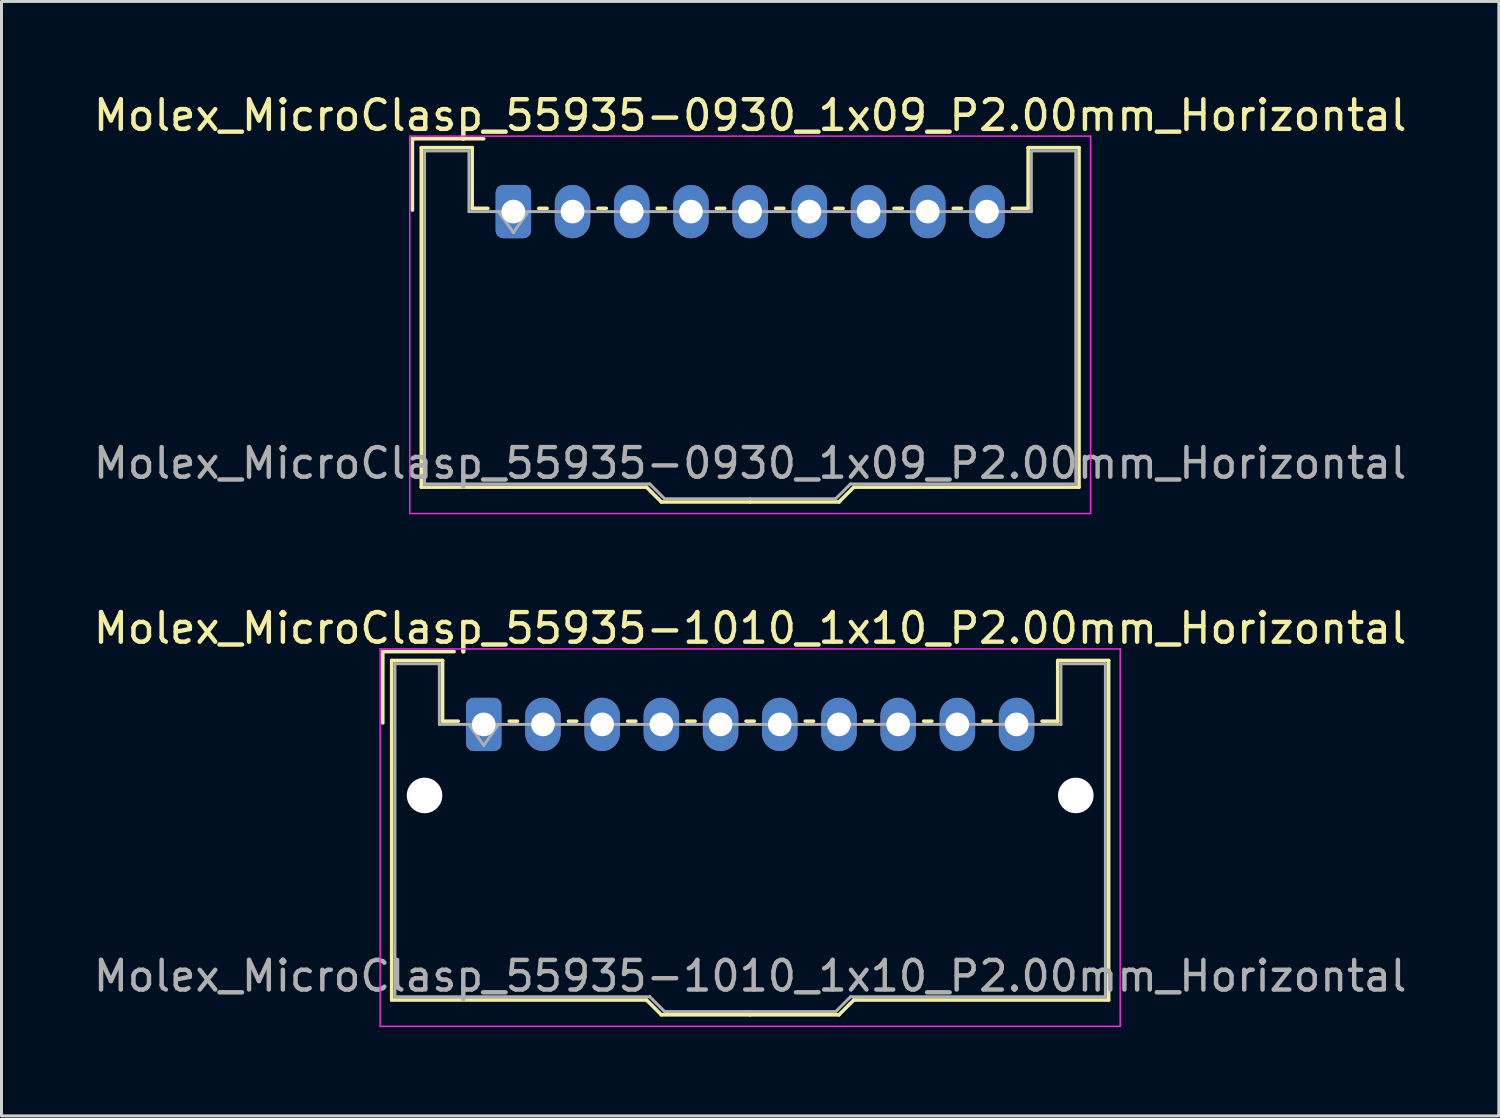
<source format=kicad_pcb>
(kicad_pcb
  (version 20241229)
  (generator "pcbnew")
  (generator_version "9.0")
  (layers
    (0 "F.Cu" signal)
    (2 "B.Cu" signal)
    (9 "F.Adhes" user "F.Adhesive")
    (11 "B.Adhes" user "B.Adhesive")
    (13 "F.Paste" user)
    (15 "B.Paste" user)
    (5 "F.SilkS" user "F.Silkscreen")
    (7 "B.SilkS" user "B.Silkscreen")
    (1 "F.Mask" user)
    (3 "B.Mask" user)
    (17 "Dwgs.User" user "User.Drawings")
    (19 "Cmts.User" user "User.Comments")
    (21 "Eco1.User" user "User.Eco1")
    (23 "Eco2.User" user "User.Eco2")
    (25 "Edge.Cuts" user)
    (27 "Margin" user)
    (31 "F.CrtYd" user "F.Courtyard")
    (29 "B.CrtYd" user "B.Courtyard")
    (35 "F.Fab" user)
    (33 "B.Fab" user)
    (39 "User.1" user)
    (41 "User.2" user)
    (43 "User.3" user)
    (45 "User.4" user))
  (footprint "Molex_MicroClasp_55935-0930_1x09_P2.00mm_Horizontal"
    (layer "F.Cu")
    (at 14.292 4.098)
    (property "Reference" "Molex_MicroClasp_55935-0930_1x09_P2.00mm_Horizontal" (at 8 -3.25 0) (layer "F.SilkS") (effects (font (size 1 1) (thickness 0.15))))
    (attr through_hole)
    (fp_line (start -3.41 -2.46) (end -1 -2.46) (stroke (width 0.12) (type solid)) (layer "F.SilkS"))
    (fp_line (start -3.41 -0.05) (end -3.41 -2.46) (stroke (width 0.12) (type solid)) (layer "F.SilkS"))
    (fp_line (start -3.11 -2.16) (end -1.39 -2.16) (stroke (width 0.12) (type solid)) (layer "F.SilkS"))
    (fp_line (start -3.11 9.31) (end -3.11 -2.16) (stroke (width 0.12) (type solid)) (layer "F.SilkS"))
    (fp_line (start -1.39 -2.16) (end -1.39 -0.11) (stroke (width 0.12) (type solid)) (layer "F.SilkS"))
    (fp_line (start -1.39 -0.11) (end -0.86 -0.11) (stroke (width 0.12) (type solid)) (layer "F.SilkS"))
    (fp_line (start 0.86 -0.11) (end 1.14 -0.11) (stroke (width 0.12) (type solid)) (layer "F.SilkS"))
    (fp_line (start 2.86 -0.11) (end 3.14 -0.11) (stroke (width 0.12) (type solid)) (layer "F.SilkS"))
    (fp_line (start 4.5 9.31) (end -3.11 9.31) (stroke (width 0.12) (type solid)) (layer "F.SilkS"))
    (fp_line (start 4.86 -0.11) (end 5.14 -0.11) (stroke (width 0.12) (type solid)) (layer "F.SilkS"))
    (fp_line (start 5 9.81) (end 4.5 9.31) (stroke (width 0.12) (type solid)) (layer "F.SilkS"))
    (fp_line (start 6.86 -0.11) (end 7.14 -0.11) (stroke (width 0.12) (type solid)) (layer "F.SilkS"))
    (fp_line (start 8 9.81) (end 5 9.81) (stroke (width 0.12) (type solid)) (layer "F.SilkS"))
    (fp_line (start 8 9.81) (end 11 9.81) (stroke (width 0.12) (type solid)) (layer "F.SilkS"))
    (fp_line (start 8.86 -0.11) (end 9.14 -0.11) (stroke (width 0.12) (type solid)) (layer "F.SilkS"))
    (fp_line (start 10.86 -0.11) (end 11.14 -0.11) (stroke (width 0.12) (type solid)) (layer "F.SilkS"))
    (fp_line (start 11 9.81) (end 11.5 9.31) (stroke (width 0.12) (type solid)) (layer "F.SilkS"))
    (fp_line (start 11.5 9.31) (end 19.11 9.31) (stroke (width 0.12) (type solid)) (layer "F.SilkS"))
    (fp_line (start 12.86 -0.11) (end 13.14 -0.11) (stroke (width 0.12) (type solid)) (layer "F.SilkS"))
    (fp_line (start 14.86 -0.11) (end 15.14 -0.11) (stroke (width 0.12) (type solid)) (layer "F.SilkS"))
    (fp_line (start 17.39 -2.16) (end 17.39 -0.11) (stroke (width 0.12) (type solid)) (layer "F.SilkS"))
    (fp_line (start 17.39 -0.11) (end 16.86 -0.11) (stroke (width 0.12) (type solid)) (layer "F.SilkS"))
    (fp_line (start 19.11 -2.16) (end 17.39 -2.16) (stroke (width 0.12) (type solid)) (layer "F.SilkS"))
    (fp_line (start 19.11 9.31) (end 19.11 -2.16) (stroke (width 0.12) (type solid)) (layer "F.SilkS"))
    (fp_line (start -3.5 -2.55) (end -3.5 10.2) (stroke (width 0.05) (type solid)) (layer "F.CrtYd"))
    (fp_line (start -3.5 10.2) (end 19.5 10.2) (stroke (width 0.05) (type solid)) (layer "F.CrtYd"))
    (fp_line (start 19.5 -2.55) (end -3.5 -2.55) (stroke (width 0.05) (type solid)) (layer "F.CrtYd"))
    (fp_line (start 19.5 10.2) (end 19.5 -2.55) (stroke (width 0.05) (type solid)) (layer "F.CrtYd"))
    (fp_line (start -3 -2.05) (end -1.5 -2.05) (stroke (width 0.1) (type solid)) (layer "F.Fab"))
    (fp_line (start -3 9.2) (end -3 -2.05) (stroke (width 0.1) (type solid)) (layer "F.Fab"))
    (fp_line (start -1.5 -2.05) (end -1.5 0) (stroke (width 0.1) (type solid)) (layer "F.Fab"))
    (fp_line (start -1.5 0) (end 8 0) (stroke (width 0.1) (type solid)) (layer "F.Fab"))
    (fp_line (start -0.5 0) (end 0 0.707) (stroke (width 0.1) (type solid)) (layer "F.Fab"))
    (fp_line (start 0 0.707) (end 0.5 0) (stroke (width 0.1) (type solid)) (layer "F.Fab"))
    (fp_line (start 4.61 9.2) (end -3 9.2) (stroke (width 0.1) (type solid)) (layer "F.Fab"))
    (fp_line (start 5.11 9.7) (end 4.61 9.2) (stroke (width 0.1) (type solid)) (layer "F.Fab"))
    (fp_line (start 8 9.7) (end 5.11 9.7) (stroke (width 0.1) (type solid)) (layer "F.Fab"))
    (fp_line (start 8 9.7) (end 10.89 9.7) (stroke (width 0.1) (type solid)) (layer "F.Fab"))
    (fp_line (start 10.89 9.7) (end 11.39 9.2) (stroke (width 0.1) (type solid)) (layer "F.Fab"))
    (fp_line (start 11.39 9.2) (end 19 9.2) (stroke (width 0.1) (type solid)) (layer "F.Fab"))
    (fp_line (start 17.5 -2.05) (end 17.5 0) (stroke (width 0.1) (type solid)) (layer "F.Fab"))
    (fp_line (start 17.5 0) (end 8 0) (stroke (width 0.1) (type solid)) (layer "F.Fab"))
    (fp_line (start 19 -2.05) (end 17.5 -2.05) (stroke (width 0.1) (type solid)) (layer "F.Fab"))
    (fp_line (start 19 9.2) (end 19 -2.05) (stroke (width 0.1) (type solid)) (layer "F.Fab"))
    (fp_text user "${REFERENCE}" (at 8 8.5 0) (layer "F.Fab") (effects (font (size 1 1) (thickness 0.15))))
    (pad "1" thru_hole roundrect (at 0 0) (size 1.2 1.8) (drill 0.8) (layers "*.Cu" "*.Mask") (roundrect_rratio 0.208))
    (pad "2" thru_hole oval (at 2 0) (size 1.2 1.8) (drill 0.8) (layers "*.Cu" "*.Mask"))
    (pad "3" thru_hole oval (at 4 0) (size 1.2 1.8) (drill 0.8) (layers "*.Cu" "*.Mask"))
    (pad "4" thru_hole oval (at 6 0) (size 1.2 1.8) (drill 0.8) (layers "*.Cu" "*.Mask"))
    (pad "5" thru_hole oval (at 8 0) (size 1.2 1.8) (drill 0.8) (layers "*.Cu" "*.Mask"))
    (pad "6" thru_hole oval (at 10 0) (size 1.2 1.8) (drill 0.8) (layers "*.Cu" "*.Mask"))
    (pad "7" thru_hole oval (at 12 0) (size 1.2 1.8) (drill 0.8) (layers "*.Cu" "*.Mask"))
    (pad "8" thru_hole oval (at 14 0) (size 1.2 1.8) (drill 0.8) (layers "*.Cu" "*.Mask"))
    (pad "9" thru_hole oval (at 16 0) (size 1.2 1.8) (drill 0.8) (layers "*.Cu" "*.Mask")))
  (footprint "Molex_MicroClasp_55935-1010_1x10_P2.00mm_Horizontal"
    (layer "F.Cu")
    (at 13.292 21.422)
    (property "Reference" "Molex_MicroClasp_55935-1010_1x10_P2.00mm_Horizontal" (at 9 -3.25 0) (layer "F.SilkS") (effects (font (size 1 1) (thickness 0.15))))
    (attr through_hole)
    (fp_line (start -3.41 -2.46) (end -1 -2.46) (stroke (width 0.12) (type solid)) (layer "F.SilkS"))
    (fp_line (start -3.41 -0.05) (end -3.41 -2.46) (stroke (width 0.12) (type solid)) (layer "F.SilkS"))
    (fp_line (start -3.11 -2.16) (end -1.39 -2.16) (stroke (width 0.12) (type solid)) (layer "F.SilkS"))
    (fp_line (start -3.11 9.31) (end -3.11 -2.16) (stroke (width 0.12) (type solid)) (layer "F.SilkS"))
    (fp_line (start -1.39 -2.16) (end -1.39 -0.11) (stroke (width 0.12) (type solid)) (layer "F.SilkS"))
    (fp_line (start -1.39 -0.11) (end -0.86 -0.11) (stroke (width 0.12) (type solid)) (layer "F.SilkS"))
    (fp_line (start 0.86 -0.11) (end 1.14 -0.11) (stroke (width 0.12) (type solid)) (layer "F.SilkS"))
    (fp_line (start 2.86 -0.11) (end 3.14 -0.11) (stroke (width 0.12) (type solid)) (layer "F.SilkS"))
    (fp_line (start 4.86 -0.11) (end 5.14 -0.11) (stroke (width 0.12) (type solid)) (layer "F.SilkS"))
    (fp_line (start 5.5 9.31) (end -3.11 9.31) (stroke (width 0.12) (type solid)) (layer "F.SilkS"))
    (fp_line (start 6 9.81) (end 5.5 9.31) (stroke (width 0.12) (type solid)) (layer "F.SilkS"))
    (fp_line (start 6.86 -0.11) (end 7.14 -0.11) (stroke (width 0.12) (type solid)) (layer "F.SilkS"))
    (fp_line (start 8.86 -0.11) (end 9.14 -0.11) (stroke (width 0.12) (type solid)) (layer "F.SilkS"))
    (fp_line (start 9 9.81) (end 6 9.81) (stroke (width 0.12) (type solid)) (layer "F.SilkS"))
    (fp_line (start 9 9.81) (end 12 9.81) (stroke (width 0.12) (type solid)) (layer "F.SilkS"))
    (fp_line (start 10.86 -0.11) (end 11.14 -0.11) (stroke (width 0.12) (type solid)) (layer "F.SilkS"))
    (fp_line (start 12 9.81) (end 12.5 9.31) (stroke (width 0.12) (type solid)) (layer "F.SilkS"))
    (fp_line (start 12.5 9.31) (end 21.11 9.31) (stroke (width 0.12) (type solid)) (layer "F.SilkS"))
    (fp_line (start 12.86 -0.11) (end 13.14 -0.11) (stroke (width 0.12) (type solid)) (layer "F.SilkS"))
    (fp_line (start 14.86 -0.11) (end 15.14 -0.11) (stroke (width 0.12) (type solid)) (layer "F.SilkS"))
    (fp_line (start 16.86 -0.11) (end 17.14 -0.11) (stroke (width 0.12) (type solid)) (layer "F.SilkS"))
    (fp_line (start 19.39 -2.16) (end 19.39 -0.11) (stroke (width 0.12) (type solid)) (layer "F.SilkS"))
    (fp_line (start 19.39 -0.11) (end 18.86 -0.11) (stroke (width 0.12) (type solid)) (layer "F.SilkS"))
    (fp_line (start 21.11 -2.16) (end 19.39 -2.16) (stroke (width 0.12) (type solid)) (layer "F.SilkS"))
    (fp_line (start 21.11 9.31) (end 21.11 -2.16) (stroke (width 0.12) (type solid)) (layer "F.SilkS"))
    (fp_line (start -3.5 -2.55) (end -3.5 10.2) (stroke (width 0.05) (type solid)) (layer "F.CrtYd"))
    (fp_line (start -3.5 10.2) (end 21.5 10.2) (stroke (width 0.05) (type solid)) (layer "F.CrtYd"))
    (fp_line (start 21.5 -2.55) (end -3.5 -2.55) (stroke (width 0.05) (type solid)) (layer "F.CrtYd"))
    (fp_line (start 21.5 10.2) (end 21.5 -2.55) (stroke (width 0.05) (type solid)) (layer "F.CrtYd"))
    (fp_line (start -3 -2.05) (end -1.5 -2.05) (stroke (width 0.1) (type solid)) (layer "F.Fab"))
    (fp_line (start -3 9.2) (end -3 -2.05) (stroke (width 0.1) (type solid)) (layer "F.Fab"))
    (fp_line (start -1.5 -2.05) (end -1.5 0) (stroke (width 0.1) (type solid)) (layer "F.Fab"))
    (fp_line (start -1.5 0) (end 9 0) (stroke (width 0.1) (type solid)) (layer "F.Fab"))
    (fp_line (start -0.5 0) (end 0 0.707) (stroke (width 0.1) (type solid)) (layer "F.Fab"))
    (fp_line (start 0 0.707) (end 0.5 0) (stroke (width 0.1) (type solid)) (layer "F.Fab"))
    (fp_line (start 5.61 9.2) (end -3 9.2) (stroke (width 0.1) (type solid)) (layer "F.Fab"))
    (fp_line (start 6.11 9.7) (end 5.61 9.2) (stroke (width 0.1) (type solid)) (layer "F.Fab"))
    (fp_line (start 9 9.7) (end 6.11 9.7) (stroke (width 0.1) (type solid)) (layer "F.Fab"))
    (fp_line (start 9 9.7) (end 11.89 9.7) (stroke (width 0.1) (type solid)) (layer "F.Fab"))
    (fp_line (start 11.89 9.7) (end 12.39 9.2) (stroke (width 0.1) (type solid)) (layer "F.Fab"))
    (fp_line (start 12.39 9.2) (end 21 9.2) (stroke (width 0.1) (type solid)) (layer "F.Fab"))
    (fp_line (start 19.5 -2.05) (end 19.5 0) (stroke (width 0.1) (type solid)) (layer "F.Fab"))
    (fp_line (start 19.5 0) (end 9 0) (stroke (width 0.1) (type solid)) (layer "F.Fab"))
    (fp_line (start 21 -2.05) (end 19.5 -2.05) (stroke (width 0.1) (type solid)) (layer "F.Fab"))
    (fp_line (start 21 9.2) (end 21 -2.05) (stroke (width 0.1) (type solid)) (layer "F.Fab"))
    (fp_text user "${REFERENCE}" (at 9 8.5 0) (layer "F.Fab") (effects (font (size 1 1) (thickness 0.15))))
    (pad "" np_thru_hole circle (at -2 2.4) (size 1.2 1.2) (drill 1.2) (layers "*.Cu" "*.Mask"))
    (pad "" np_thru_hole circle (at 20 2.4) (size 1.2 1.2) (drill 1.2) (layers "*.Cu" "*.Mask"))
    (pad "1" thru_hole roundrect (at 0 0) (size 1.2 1.8) (drill 0.8) (layers "*.Cu" "*.Mask") (roundrect_rratio 0.208))
    (pad "2" thru_hole oval (at 2 0) (size 1.2 1.8) (drill 0.8) (layers "*.Cu" "*.Mask"))
    (pad "3" thru_hole oval (at 4 0) (size 1.2 1.8) (drill 0.8) (layers "*.Cu" "*.Mask"))
    (pad "4" thru_hole oval (at 6 0) (size 1.2 1.8) (drill 0.8) (layers "*.Cu" "*.Mask"))
    (pad "5" thru_hole oval (at 8 0) (size 1.2 1.8) (drill 0.8) (layers "*.Cu" "*.Mask"))
    (pad "6" thru_hole oval (at 10 0) (size 1.2 1.8) (drill 0.8) (layers "*.Cu" "*.Mask"))
    (pad "7" thru_hole oval (at 12 0) (size 1.2 1.8) (drill 0.8) (layers "*.Cu" "*.Mask"))
    (pad "8" thru_hole oval (at 14 0) (size 1.2 1.8) (drill 0.8) (layers "*.Cu" "*.Mask"))
    (pad "9" thru_hole oval (at 16 0) (size 1.2 1.8) (drill 0.8) (layers "*.Cu" "*.Mask"))
    (pad "10" thru_hole oval (at 18 0) (size 1.2 1.8) (drill 0.8) (layers "*.Cu" "*.Mask")))
  (gr_rect
    (start -3 -3)
    (end 47.583 34.647)
    (stroke (width 0.1) (type default))
    (fill no)
    (layer "Edge.Cuts")))
</source>
